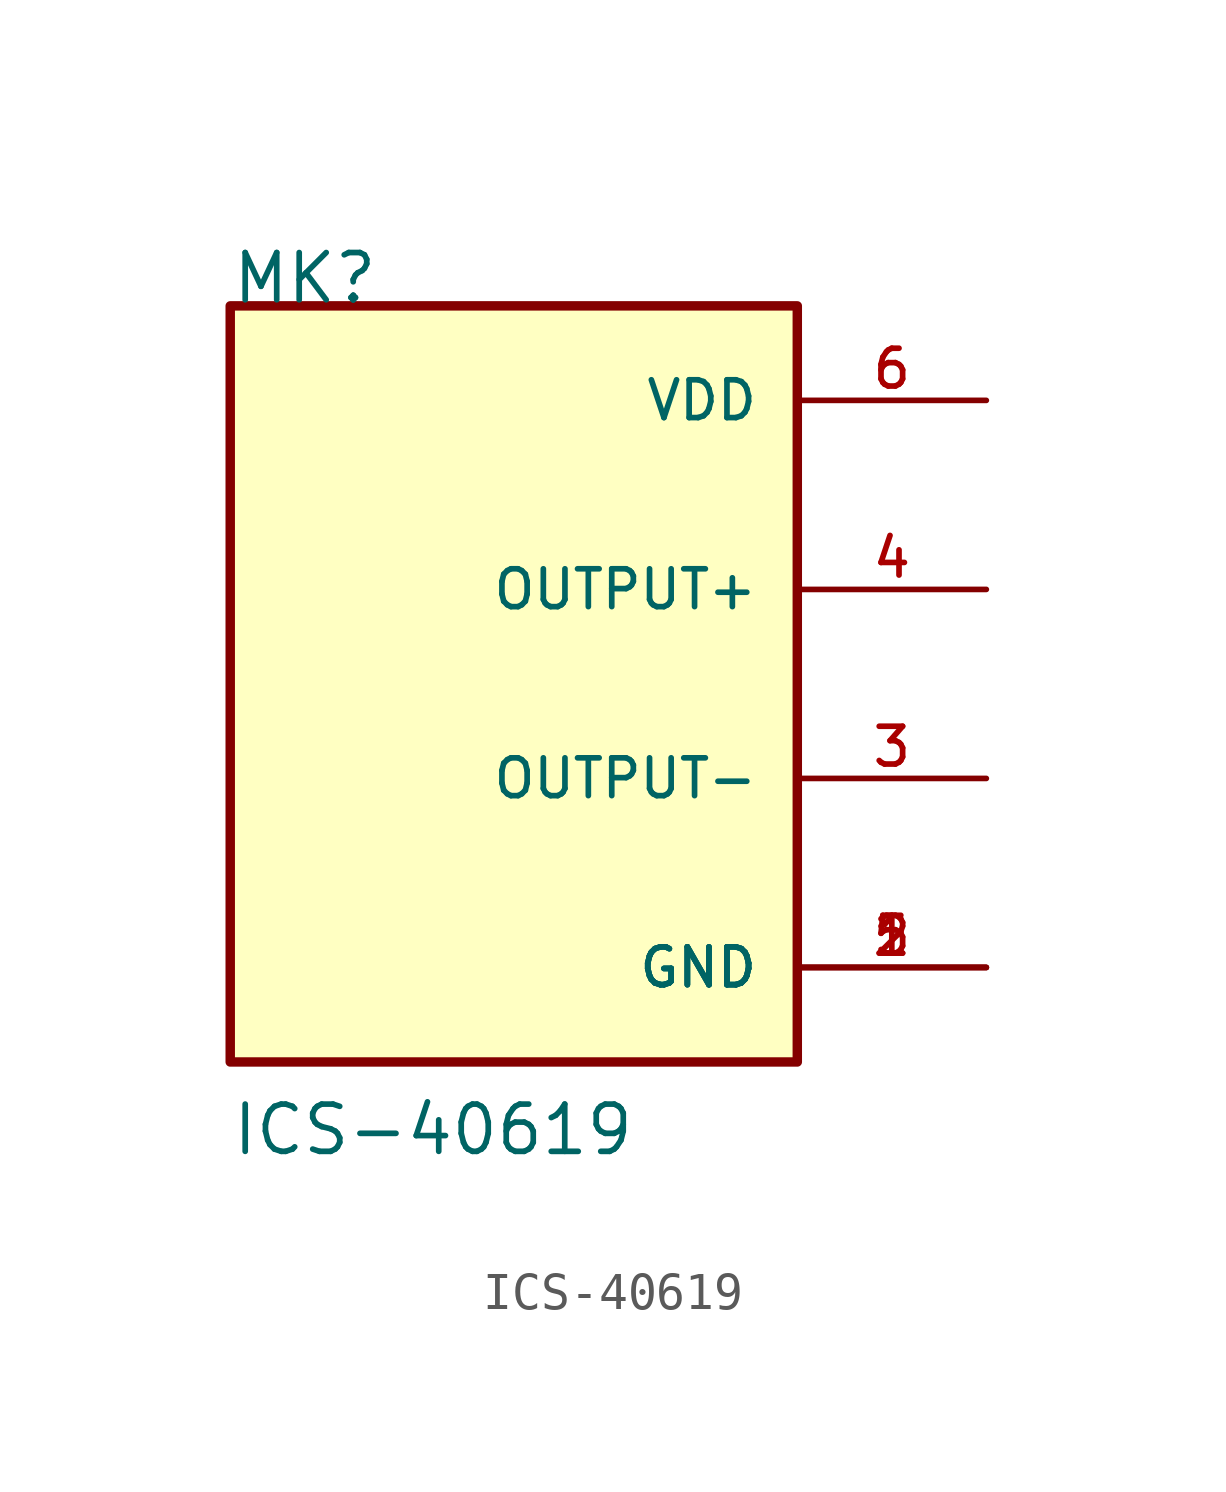
<source format=kicad_sym>
(kicad_symbol_lib
  (version 20201005)
  (generator kicad_symbol_editor)
  (symbol "ICS-40619"
    (pin_names
      (offset 1.016))
    (property "Reference" "MK"
      (at -7.62 10.16 0)
      (effects (font (size 1.27 1.27)) (justify left bottom)))
    (property "Value" "ICS-40619"
      (at -7.62 -12.725 0)
      (effects (font (size 1.27 1.27)) (justify left bottom)))
    (property "ki_locked" ""
      (at 0 0 0)
      (effects (font (size 1.27 1.27))))
    (symbol "ICS-40619_0_0"
      (rectangle (start -7.62 -10.16) (end 7.62 10.16) (stroke (width 0.254)) (fill (type background)))
      (pin power_in line (at 12.7 -7.62 180) (length 5.08) (name "GND" (effects (font (size 1.016 1.016)))) (number "1" (effects (font (size 1.016 1.016)))))
      (pin power_in line (at 12.7 -7.62 180) (length 5.08) (name "GND" (effects (font (size 1.016 1.016)))) (number "2" (effects (font (size 1.016 1.016)))))
      (pin output line (at 12.7 -2.54 180) (length 5.08) (name "OUTPUT-" (effects (font (size 1.016 1.016)))) (number "3" (effects (font (size 1.016 1.016)))))
      (pin output line (at 12.7 2.54 180) (length 5.08) (name "OUTPUT+" (effects (font (size 1.016 1.016)))) (number "4" (effects (font (size 1.016 1.016)))))
      (pin power_in line (at 12.7 -7.62 180) (length 5.08) (name "GND" (effects (font (size 1.016 1.016)))) (number "5" (effects (font (size 1.016 1.016)))))
      (pin power_in line (at 12.7 7.62 180) (length 5.08) (name "VDD" (effects (font (size 1.016 1.016)))) (number "6" (effects (font (size 1.016 1.016))))))))
</source>
